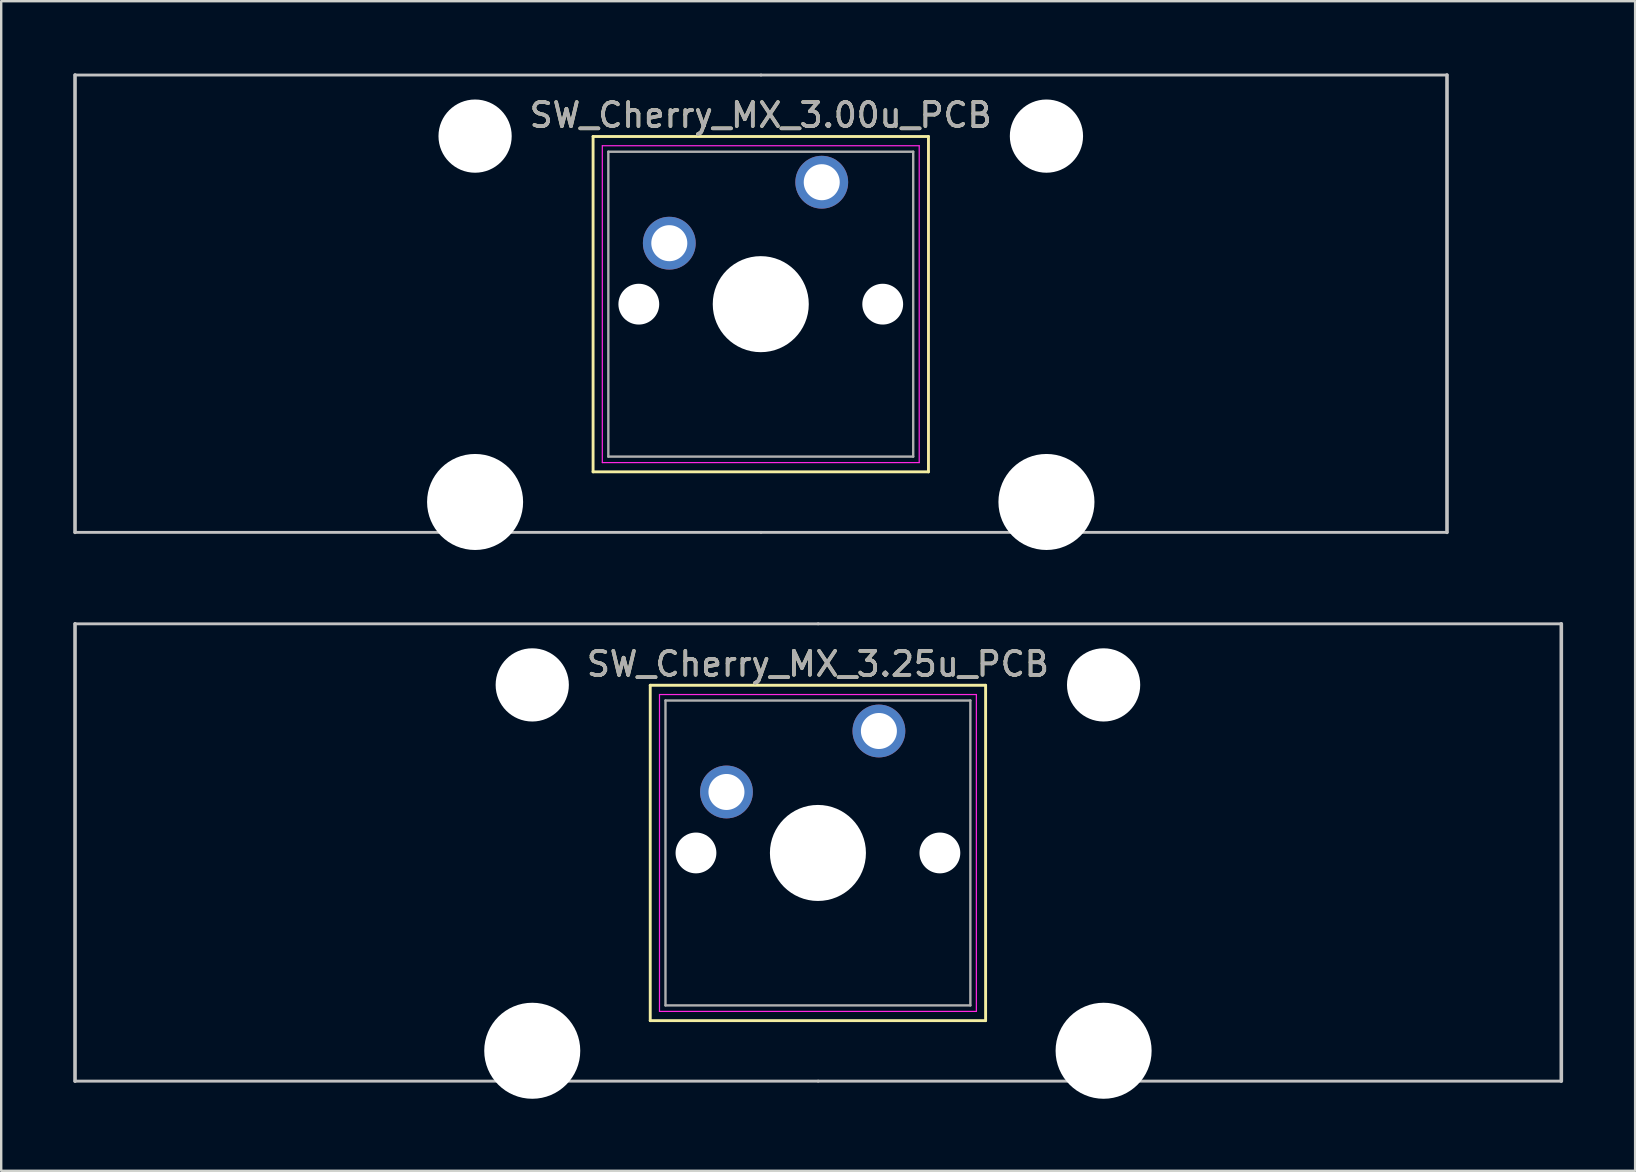
<source format=kicad_pcb>
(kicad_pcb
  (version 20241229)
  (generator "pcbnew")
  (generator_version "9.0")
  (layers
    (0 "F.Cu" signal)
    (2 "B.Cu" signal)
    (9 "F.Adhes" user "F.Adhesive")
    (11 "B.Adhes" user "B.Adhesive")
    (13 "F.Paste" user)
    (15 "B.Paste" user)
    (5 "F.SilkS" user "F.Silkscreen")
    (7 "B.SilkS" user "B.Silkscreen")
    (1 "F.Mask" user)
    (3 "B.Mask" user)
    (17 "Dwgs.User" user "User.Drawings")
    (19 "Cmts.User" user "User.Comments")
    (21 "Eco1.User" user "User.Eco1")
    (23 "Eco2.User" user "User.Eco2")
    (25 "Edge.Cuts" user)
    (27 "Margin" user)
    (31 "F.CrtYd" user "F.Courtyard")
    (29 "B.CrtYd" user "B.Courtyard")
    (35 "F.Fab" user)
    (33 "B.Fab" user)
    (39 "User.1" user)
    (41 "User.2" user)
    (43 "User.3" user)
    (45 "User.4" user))
  (footprint "SW_Cherry_MX_3.25u_PCB"
    (layer "F.Cu")
    (at 31.031 32.46)
    (property "Reference" "SW_Cherry_MX_3.25u_PCB" (at -0.01 -7.854 0) (layer "F.SilkS") (effects (font (size 1 1) (thickness 0.15))))
    (attr through_hole)
    (fp_line (start -6.995 -6.965) (end 6.975 -6.965) (stroke (width 0.12) (type solid)) (layer "F.SilkS"))
    (fp_line (start -6.995 7.005) (end -6.995 -6.965) (stroke (width 0.12) (type solid)) (layer "F.SilkS"))
    (fp_line (start 6.975 -6.965) (end 6.975 7.005) (stroke (width 0.12) (type solid)) (layer "F.SilkS"))
    (fp_line (start 6.975 7.005) (end -6.995 7.005) (stroke (width 0.12) (type solid)) (layer "F.SilkS"))
    (fp_line (start -30.956 -9.525) (end 0 -9.525) (stroke (width 0.12) (type solid)) (layer "Dwgs.User"))
    (fp_line (start -30.956 9.525) (end 0 9.525) (stroke (width 0.12) (type solid)) (layer "Dwgs.User"))
    (fp_line (start -30.956 9.525) (end -30.956 -9.525) (stroke (width 0.15) (type solid)) (layer "Dwgs.User"))
    (fp_line (start 0 -9.525) (end 30.956 -9.525) (stroke (width 0.12) (type solid)) (layer "Dwgs.User"))
    (fp_line (start 0 9.525) (end 30.956 9.525) (stroke (width 0.12) (type solid)) (layer "Dwgs.User"))
    (fp_line (start 30.956 -9.525) (end 30.956 9.525) (stroke (width 0.15) (type solid)) (layer "Dwgs.User"))
    (fp_line (start -6.61 -6.58) (end 6.59 -6.58) (stroke (width 0.05) (type solid)) (layer "F.CrtYd"))
    (fp_line (start -6.61 6.62) (end -6.61 -6.58) (stroke (width 0.05) (type solid)) (layer "F.CrtYd"))
    (fp_line (start 6.59 -6.58) (end 6.59 6.62) (stroke (width 0.05) (type solid)) (layer "F.CrtYd"))
    (fp_line (start 6.59 6.62) (end -6.61 6.62) (stroke (width 0.05) (type solid)) (layer "F.CrtYd"))
    (fp_line (start -6.36 -6.33) (end 6.34 -6.33) (stroke (width 0.1) (type solid)) (layer "F.Fab"))
    (fp_line (start -6.36 6.37) (end -6.36 -6.33) (stroke (width 0.1) (type solid)) (layer "F.Fab"))
    (fp_line (start 6.34 -6.33) (end 6.34 6.37) (stroke (width 0.1) (type solid)) (layer "F.Fab"))
    (fp_line (start 6.34 6.37) (end -6.36 6.37) (stroke (width 0.1) (type solid)) (layer "F.Fab"))
    (fp_text user "${REFERENCE}" (at -0.01 -7.854 0) (layer "F.Fab") (effects (font (size 1 1) (thickness 0.15))))
    (pad "" np_thru_hole circle (at -11.91 -6.98) (size 3.05 3.05) (drill 3.05) (layers "*.Cu" "*.Mask"))
    (pad "" np_thru_hole circle (at -11.91 8.26) (size 4 4) (drill 4) (layers "*.Cu" "*.Mask"))
    (pad "" np_thru_hole circle (at -5.09 0.02) (size 1.7 1.7) (drill 1.7) (layers "*.Cu" "*.Mask"))
    (pad "" np_thru_hole circle (at -0.01 0.02) (size 4 4) (drill 4) (layers "*.Cu" "*.Mask"))
    (pad "" np_thru_hole circle (at 5.07 0.02) (size 1.7 1.7) (drill 1.7) (layers "*.Cu" "*.Mask"))
    (pad "" np_thru_hole circle (at 11.89 -6.98) (size 3.05 3.05) (drill 3.05) (layers "*.Cu" "*.Mask"))
    (pad "" np_thru_hole circle (at 11.89 8.26) (size 4 4) (drill 4) (layers "*.Cu" "*.Mask"))
    (pad "1" thru_hole circle (at 2.53 -5.06) (size 2.2 2.2) (drill 1.5) (layers "*.Cu" "*.Mask"))
    (pad "2" thru_hole circle (at -3.82 -2.52) (size 2.2 2.2) (drill 1.5) (layers "*.Cu" "*.Mask")))
  (footprint "SW_Cherry_MX_3.00u_PCB"
    (layer "F.Cu")
    (at 28.65 9.6)
    (property "Reference" "SW_Cherry_MX_3.00u_PCB" (at -0.01 -7.854 0) (layer "F.SilkS") (effects (font (size 1 1) (thickness 0.15))))
    (attr through_hole)
    (fp_line (start -6.995 -6.965) (end 6.975 -6.965) (stroke (width 0.12) (type solid)) (layer "F.SilkS"))
    (fp_line (start -6.995 7.005) (end -6.995 -6.965) (stroke (width 0.12) (type solid)) (layer "F.SilkS"))
    (fp_line (start 6.975 -6.965) (end 6.975 7.005) (stroke (width 0.12) (type solid)) (layer "F.SilkS"))
    (fp_line (start 6.975 7.005) (end -6.995 7.005) (stroke (width 0.12) (type solid)) (layer "F.SilkS"))
    (fp_line (start -28.575 -9.525) (end 0 -9.525) (stroke (width 0.12) (type solid)) (layer "Dwgs.User"))
    (fp_line (start -28.575 9.525) (end 0 9.525) (stroke (width 0.12) (type solid)) (layer "Dwgs.User"))
    (fp_line (start -28.575 9.525) (end -28.575 -9.525) (stroke (width 0.15) (type solid)) (layer "Dwgs.User"))
    (fp_line (start 0 -9.525) (end 28.575 -9.525) (stroke (width 0.12) (type solid)) (layer "Dwgs.User"))
    (fp_line (start 0 9.525) (end 28.575 9.525) (stroke (width 0.12) (type solid)) (layer "Dwgs.User"))
    (fp_line (start 28.575 -9.525) (end 28.575 9.525) (stroke (width 0.15) (type solid)) (layer "Dwgs.User"))
    (fp_line (start -6.61 -6.58) (end 6.59 -6.58) (stroke (width 0.05) (type solid)) (layer "F.CrtYd"))
    (fp_line (start -6.61 6.62) (end -6.61 -6.58) (stroke (width 0.05) (type solid)) (layer "F.CrtYd"))
    (fp_line (start 6.59 -6.58) (end 6.59 6.62) (stroke (width 0.05) (type solid)) (layer "F.CrtYd"))
    (fp_line (start 6.59 6.62) (end -6.61 6.62) (stroke (width 0.05) (type solid)) (layer "F.CrtYd"))
    (fp_line (start -6.36 -6.33) (end 6.34 -6.33) (stroke (width 0.1) (type solid)) (layer "F.Fab"))
    (fp_line (start -6.36 6.37) (end -6.36 -6.33) (stroke (width 0.1) (type solid)) (layer "F.Fab"))
    (fp_line (start 6.34 -6.33) (end 6.34 6.37) (stroke (width 0.1) (type solid)) (layer "F.Fab"))
    (fp_line (start 6.34 6.37) (end -6.36 6.37) (stroke (width 0.1) (type solid)) (layer "F.Fab"))
    (fp_text user "${REFERENCE}" (at -0.01 -7.854 0) (layer "F.Fab") (effects (font (size 1 1) (thickness 0.15))))
    (pad "" np_thru_hole circle (at -11.91 -6.98) (size 3.05 3.05) (drill 3.05) (layers "*.Cu" "*.Mask"))
    (pad "" np_thru_hole circle (at -11.91 8.26) (size 4 4) (drill 4) (layers "*.Cu" "*.Mask"))
    (pad "" np_thru_hole circle (at -5.09 0.02) (size 1.7 1.7) (drill 1.7) (layers "*.Cu" "*.Mask"))
    (pad "" np_thru_hole circle (at -0.01 0.02) (size 4 4) (drill 4) (layers "*.Cu" "*.Mask"))
    (pad "" np_thru_hole circle (at 5.07 0.02) (size 1.7 1.7) (drill 1.7) (layers "*.Cu" "*.Mask"))
    (pad "" np_thru_hole circle (at 11.89 -6.98) (size 3.05 3.05) (drill 3.05) (layers "*.Cu" "*.Mask"))
    (pad "" np_thru_hole circle (at 11.89 8.26) (size 4 4) (drill 4) (layers "*.Cu" "*.Mask"))
    (pad "1" thru_hole circle (at 2.53 -5.06) (size 2.2 2.2) (drill 1.5) (layers "*.Cu" "*.Mask"))
    (pad "2" thru_hole circle (at -3.82 -2.52) (size 2.2 2.2) (drill 1.5) (layers "*.Cu" "*.Mask")))
  (gr_rect
    (start -3 -3)
    (end 65.062 45.72)
    (stroke (width 0.1) (type default))
    (fill no)
    (layer "Edge.Cuts")))
</source>
